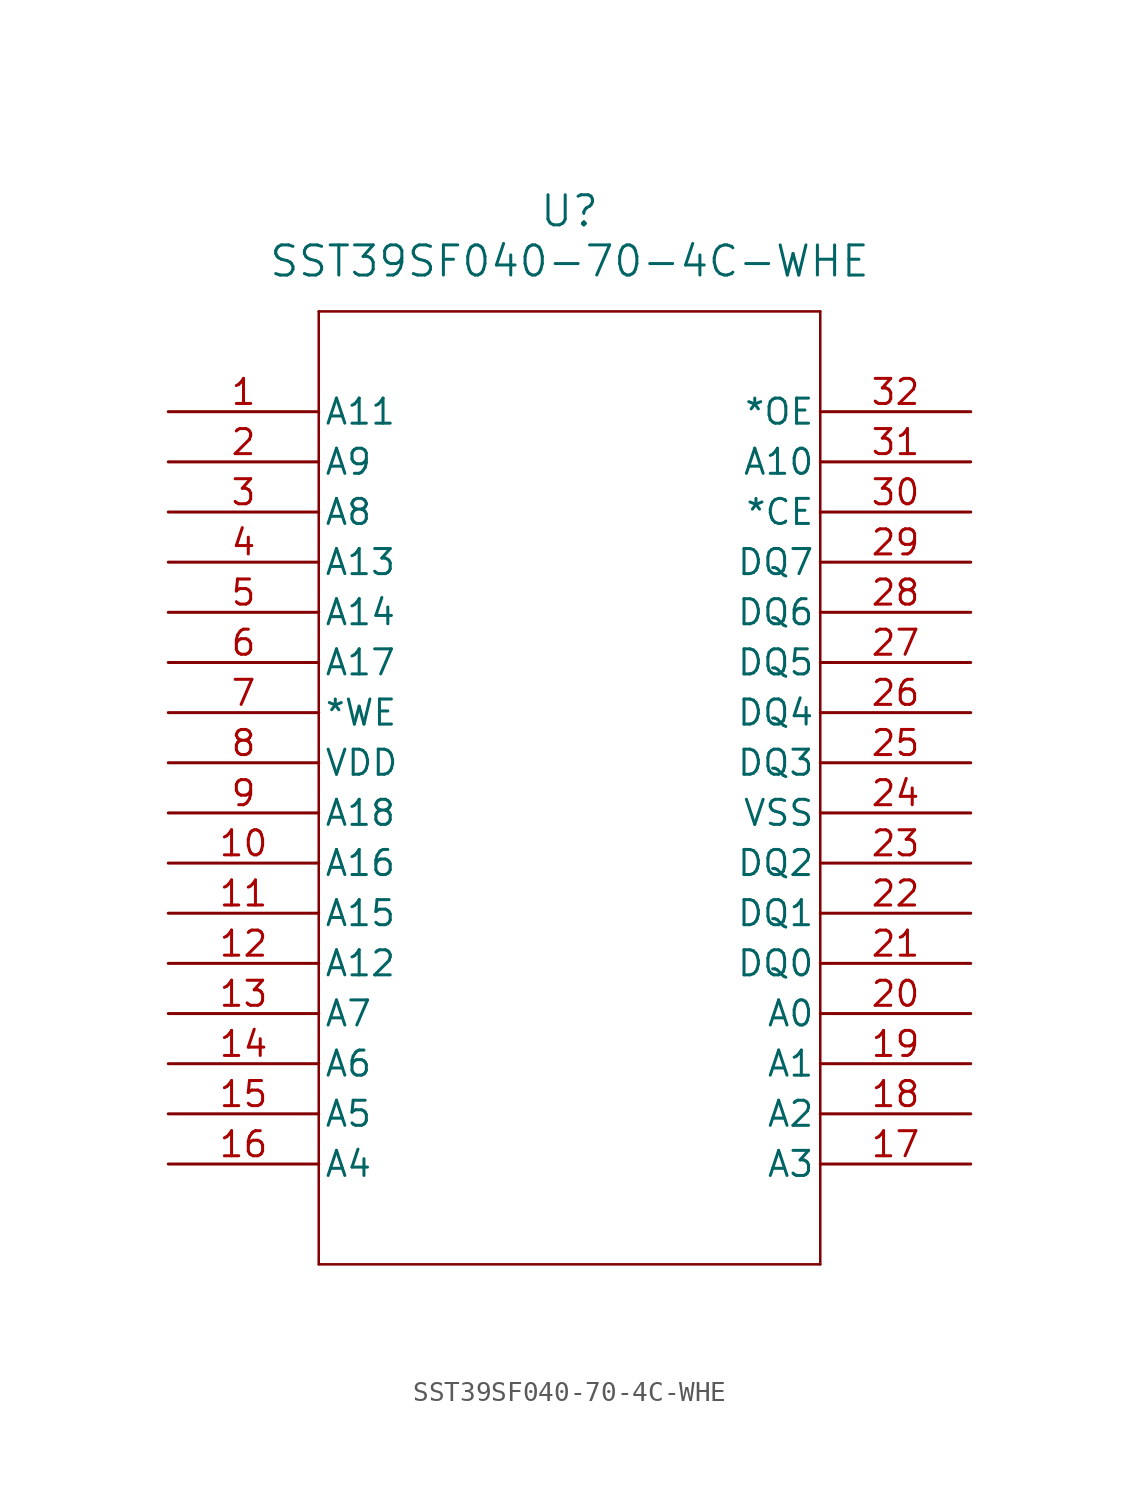
<source format=kicad_sym>
(kicad_symbol_lib
  (version 20211014)
  (generator kicad_symbol_editor)
  (symbol "SST39SF040-70-4C-WHE"
    (pin_names
      (offset 0.254))
    (property "Reference" "U"
      (at 20.32 10.16 0)
      (effects (font (size 1.524 1.524))))
    (property "Value" "SST39SF040-70-4C-WHE"
      (at 20.32 7.62 0)
      (effects (font (size 1.524 1.524))))
    (polyline
      (pts (xy 7.62 5.08) (xy 7.62 -43.18))
      (stroke (width 0.127) (type default) (color 0 0 0 0))
      (fill (type none)))
    (polyline
      (pts (xy 7.62 -43.18) (xy 33.02 -43.18))
      (stroke (width 0.127) (type default) (color 0 0 0 0))
      (fill (type none)))
    (polyline
      (pts (xy 33.02 -43.18) (xy 33.02 5.08))
      (stroke (width 0.127) (type default) (color 0 0 0 0))
      (fill (type none)))
    (polyline
      (pts (xy 33.02 5.08) (xy 7.62 5.08))
      (stroke (width 0.127) (type default) (color 0 0 0 0))
      (fill (type none)))
    (pin input line
      (at 0 0 0)
      (length 7.62)
      (name "A11" (effects (font (size 1.27 1.27))))
      (number "1" (effects (font (size 1.27 1.27)))))
    (pin input line
      (at 0 -2.54 0)
      (length 7.62)
      (name "A9" (effects (font (size 1.27 1.27))))
      (number "2" (effects (font (size 1.27 1.27)))))
    (pin input line
      (at 0 -5.08 0)
      (length 7.62)
      (name "A8" (effects (font (size 1.27 1.27))))
      (number "3" (effects (font (size 1.27 1.27)))))
    (pin input line
      (at 0 -7.62 0)
      (length 7.62)
      (name "A13" (effects (font (size 1.27 1.27))))
      (number "4" (effects (font (size 1.27 1.27)))))
    (pin input line
      (at 0 -10.16 0)
      (length 7.62)
      (name "A14" (effects (font (size 1.27 1.27))))
      (number "5" (effects (font (size 1.27 1.27)))))
    (pin input line
      (at 0 -12.7 0)
      (length 7.62)
      (name "A17" (effects (font (size 1.27 1.27))))
      (number "6" (effects (font (size 1.27 1.27)))))
    (pin unspecified line
      (at 0 -15.24 0)
      (length 7.62)
      (name "*WE" (effects (font (size 1.27 1.27))))
      (number "7" (effects (font (size 1.27 1.27)))))
    (pin power_in line
      (at 0 -17.78 0)
      (length 7.62)
      (name "VDD" (effects (font (size 1.27 1.27))))
      (number "8" (effects (font (size 1.27 1.27)))))
    (pin input line
      (at 0 -20.32 0)
      (length 7.62)
      (name "A18" (effects (font (size 1.27 1.27))))
      (number "9" (effects (font (size 1.27 1.27)))))
    (pin input line
      (at 0 -22.86 0)
      (length 7.62)
      (name "A16" (effects (font (size 1.27 1.27))))
      (number "10" (effects (font (size 1.27 1.27)))))
    (pin input line
      (at 0 -25.4 0)
      (length 7.62)
      (name "A15" (effects (font (size 1.27 1.27))))
      (number "11" (effects (font (size 1.27 1.27)))))
    (pin input line
      (at 0 -27.94 0)
      (length 7.62)
      (name "A12" (effects (font (size 1.27 1.27))))
      (number "12" (effects (font (size 1.27 1.27)))))
    (pin input line
      (at 0 -30.48 0)
      (length 7.62)
      (name "A7" (effects (font (size 1.27 1.27))))
      (number "13" (effects (font (size 1.27 1.27)))))
    (pin input line
      (at 0 -33.02 0)
      (length 7.62)
      (name "A6" (effects (font (size 1.27 1.27))))
      (number "14" (effects (font (size 1.27 1.27)))))
    (pin input line
      (at 0 -35.56 0)
      (length 7.62)
      (name "A5" (effects (font (size 1.27 1.27))))
      (number "15" (effects (font (size 1.27 1.27)))))
    (pin input line
      (at 0 -38.1 0)
      (length 7.62)
      (name "A4" (effects (font (size 1.27 1.27))))
      (number "16" (effects (font (size 1.27 1.27)))))
    (pin input line
      (at 40.64 -38.1 180)
      (length 7.62)
      (name "A3" (effects (font (size 1.27 1.27))))
      (number "17" (effects (font (size 1.27 1.27)))))
    (pin input line
      (at 40.64 -35.56 180)
      (length 7.62)
      (name "A2" (effects (font (size 1.27 1.27))))
      (number "18" (effects (font (size 1.27 1.27)))))
    (pin input line
      (at 40.64 -33.02 180)
      (length 7.62)
      (name "A1" (effects (font (size 1.27 1.27))))
      (number "19" (effects (font (size 1.27 1.27)))))
    (pin input line
      (at 40.64 -30.48 180)
      (length 7.62)
      (name "A0" (effects (font (size 1.27 1.27))))
      (number "20" (effects (font (size 1.27 1.27)))))
    (pin bidirectional line
      (at 40.64 -27.94 180)
      (length 7.62)
      (name "DQ0" (effects (font (size 1.27 1.27))))
      (number "21" (effects (font (size 1.27 1.27)))))
    (pin bidirectional line
      (at 40.64 -25.4 180)
      (length 7.62)
      (name "DQ1" (effects (font (size 1.27 1.27))))
      (number "22" (effects (font (size 1.27 1.27)))))
    (pin bidirectional line
      (at 40.64 -22.86 180)
      (length 7.62)
      (name "DQ2" (effects (font (size 1.27 1.27))))
      (number "23" (effects (font (size 1.27 1.27)))))
    (pin power_in line
      (at 40.64 -20.32 180)
      (length 7.62)
      (name "VSS" (effects (font (size 1.27 1.27))))
      (number "24" (effects (font (size 1.27 1.27)))))
    (pin bidirectional line
      (at 40.64 -17.78 180)
      (length 7.62)
      (name "DQ3" (effects (font (size 1.27 1.27))))
      (number "25" (effects (font (size 1.27 1.27)))))
    (pin bidirectional line
      (at 40.64 -15.24 180)
      (length 7.62)
      (name "DQ4" (effects (font (size 1.27 1.27))))
      (number "26" (effects (font (size 1.27 1.27)))))
    (pin bidirectional line
      (at 40.64 -12.7 180)
      (length 7.62)
      (name "DQ5" (effects (font (size 1.27 1.27))))
      (number "27" (effects (font (size 1.27 1.27)))))
    (pin bidirectional line
      (at 40.64 -10.16 180)
      (length 7.62)
      (name "DQ6" (effects (font (size 1.27 1.27))))
      (number "28" (effects (font (size 1.27 1.27)))))
    (pin bidirectional line
      (at 40.64 -7.62 180)
      (length 7.62)
      (name "DQ7" (effects (font (size 1.27 1.27))))
      (number "29" (effects (font (size 1.27 1.27)))))
    (pin unspecified line
      (at 40.64 -5.08 180)
      (length 7.62)
      (name "*CE" (effects (font (size 1.27 1.27))))
      (number "30" (effects (font (size 1.27 1.27)))))
    (pin input line
      (at 40.64 -2.54 180)
      (length 7.62)
      (name "A10" (effects (font (size 1.27 1.27))))
      (number "31" (effects (font (size 1.27 1.27)))))
    (pin output line
      (at 40.64 0 180)
      (length 7.62)
      (name "*OE" (effects (font (size 1.27 1.27))))
      (number "32" (effects (font (size 1.27 1.27)))))))
</source>
